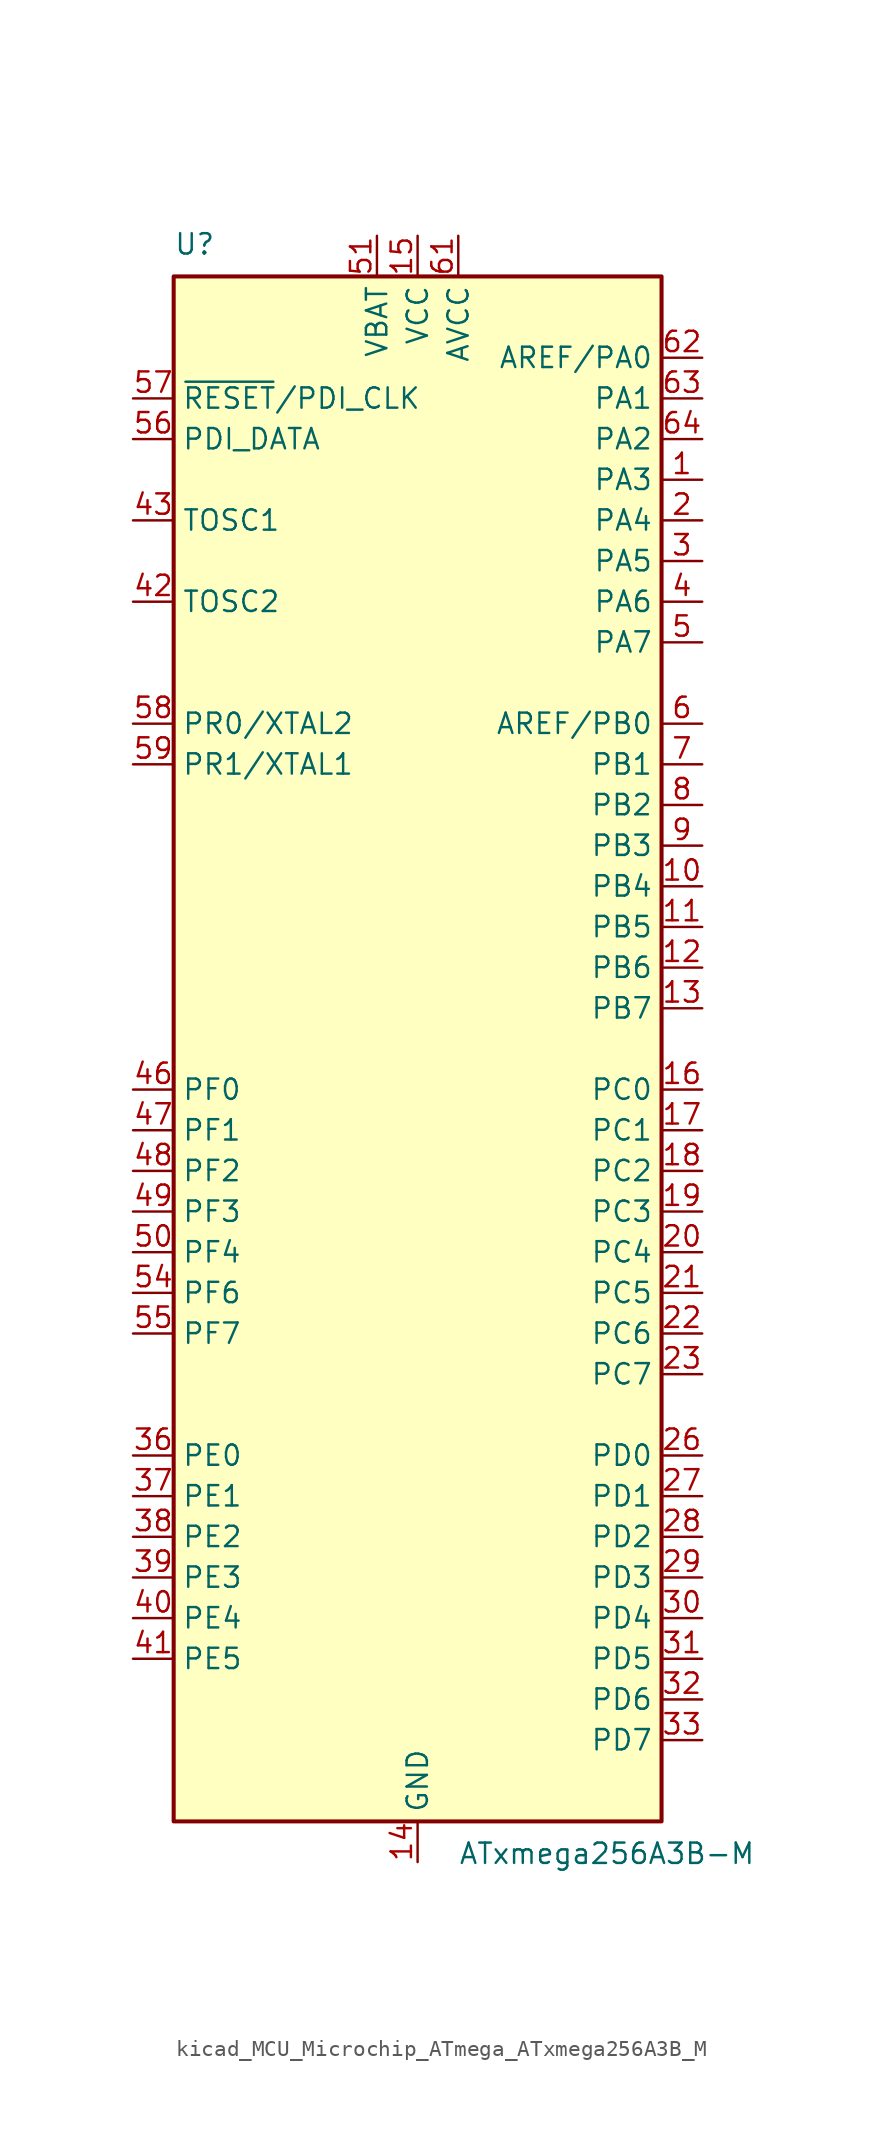
<source format=kicad_sym>
(kicad_symbol_lib
  (version 20220914)
  (generator kicad_symbol_editor)
  (symbol "kicad_MCU_Microchip_ATmega_ATxmega256A3B_M"
    (property "Reference" "U"
      (at -15.24 49.53 0)
      (effects (font (size 1.27 1.27)) (justify left bottom)))
    (property "Value" "ATxmega256A3B-M"
      (at 2.54 -49.53 0)
      (effects (font (size 1.27 1.27)) (justify left top)))
    (symbol "kicad_MCU_Microchip_ATmega_ATxmega256A3B_M_0_1"
      (rectangle (start -15.24 -48.26) (end 15.24 48.26) (stroke (width 0.254) (type default)) (fill (type background))))
    (symbol "kicad_MCU_Microchip_ATmega_ATxmega256A3B_M_1_1"
      (pin bidirectional line (at 17.78 35.56 180) (length 2.54) (name "PA3" (effects (font (size 1.27 1.27)))) (number "1" (effects (font (size 1.27 1.27)))))
      (pin bidirectional line (at 17.78 10.16 180) (length 2.54) (name "PB4" (effects (font (size 1.27 1.27)))) (number "10" (effects (font (size 1.27 1.27)))))
      (pin bidirectional line (at 17.78 7.62 180) (length 2.54) (name "PB5" (effects (font (size 1.27 1.27)))) (number "11" (effects (font (size 1.27 1.27)))))
      (pin bidirectional line (at 17.78 5.08 180) (length 2.54) (name "PB6" (effects (font (size 1.27 1.27)))) (number "12" (effects (font (size 1.27 1.27)))))
      (pin bidirectional line (at 17.78 2.54 180) (length 2.54) (name "PB7" (effects (font (size 1.27 1.27)))) (number "13" (effects (font (size 1.27 1.27)))))
      (pin power_in line (at 0 -50.8 90) (length 2.54) (name "GND" (effects (font (size 1.27 1.27)))) (number "14" (effects (font (size 1.27 1.27)))))
      (pin power_in line (at 0 50.8 270) (length 2.54) (name "VCC" (effects (font (size 1.27 1.27)))) (number "15" (effects (font (size 1.27 1.27)))))
      (pin bidirectional line (at 17.78 -2.54 180) (length 2.54) (name "PC0" (effects (font (size 1.27 1.27)))) (number "16" (effects (font (size 1.27 1.27)))))
      (pin bidirectional line (at 17.78 -5.08 180) (length 2.54) (name "PC1" (effects (font (size 1.27 1.27)))) (number "17" (effects (font (size 1.27 1.27)))))
      (pin bidirectional line (at 17.78 -7.62 180) (length 2.54) (name "PC2" (effects (font (size 1.27 1.27)))) (number "18" (effects (font (size 1.27 1.27)))))
      (pin bidirectional line (at 17.78 -10.16 180) (length 2.54) (name "PC3" (effects (font (size 1.27 1.27)))) (number "19" (effects (font (size 1.27 1.27)))))
      (pin bidirectional line (at 17.78 33.02 180) (length 2.54) (name "PA4" (effects (font (size 1.27 1.27)))) (number "2" (effects (font (size 1.27 1.27)))))
      (pin bidirectional line (at 17.78 -12.7 180) (length 2.54) (name "PC4" (effects (font (size 1.27 1.27)))) (number "20" (effects (font (size 1.27 1.27)))))
      (pin bidirectional line (at 17.78 -15.24 180) (length 2.54) (name "PC5" (effects (font (size 1.27 1.27)))) (number "21" (effects (font (size 1.27 1.27)))))
      (pin bidirectional line (at 17.78 -17.78 180) (length 2.54) (name "PC6" (effects (font (size 1.27 1.27)))) (number "22" (effects (font (size 1.27 1.27)))))
      (pin bidirectional line (at 17.78 -20.32 180) (length 2.54) (name "PC7" (effects (font (size 1.27 1.27)))) (number "23" (effects (font (size 1.27 1.27)))))
      (pin passive line (at 0 -50.8 90) (length 2.54) hide (name "GND" (effects (font (size 1.27 1.27)))) (number "24" (effects (font (size 1.27 1.27)))))
      (pin passive line (at 0 50.8 270) (length 2.54) hide (name "VCC" (effects (font (size 1.27 1.27)))) (number "25" (effects (font (size 1.27 1.27)))))
      (pin bidirectional line (at 17.78 -25.4 180) (length 2.54) (name "PD0" (effects (font (size 1.27 1.27)))) (number "26" (effects (font (size 1.27 1.27)))))
      (pin bidirectional line (at 17.78 -27.94 180) (length 2.54) (name "PD1" (effects (font (size 1.27 1.27)))) (number "27" (effects (font (size 1.27 1.27)))))
      (pin bidirectional line (at 17.78 -30.48 180) (length 2.54) (name "PD2" (effects (font (size 1.27 1.27)))) (number "28" (effects (font (size 1.27 1.27)))))
      (pin bidirectional line (at 17.78 -33.02 180) (length 2.54) (name "PD3" (effects (font (size 1.27 1.27)))) (number "29" (effects (font (size 1.27 1.27)))))
      (pin bidirectional line (at 17.78 30.48 180) (length 2.54) (name "PA5" (effects (font (size 1.27 1.27)))) (number "3" (effects (font (size 1.27 1.27)))))
      (pin bidirectional line (at 17.78 -35.56 180) (length 2.54) (name "PD4" (effects (font (size 1.27 1.27)))) (number "30" (effects (font (size 1.27 1.27)))))
      (pin bidirectional line (at 17.78 -38.1 180) (length 2.54) (name "PD5" (effects (font (size 1.27 1.27)))) (number "31" (effects (font (size 1.27 1.27)))))
      (pin bidirectional line (at 17.78 -40.64 180) (length 2.54) (name "PD6" (effects (font (size 1.27 1.27)))) (number "32" (effects (font (size 1.27 1.27)))))
      (pin bidirectional line (at 17.78 -43.18 180) (length 2.54) (name "PD7" (effects (font (size 1.27 1.27)))) (number "33" (effects (font (size 1.27 1.27)))))
      (pin passive line (at 0 -50.8 90) (length 2.54) hide (name "GND" (effects (font (size 1.27 1.27)))) (number "34" (effects (font (size 1.27 1.27)))))
      (pin passive line (at 0 50.8 270) (length 2.54) hide (name "VCC" (effects (font (size 1.27 1.27)))) (number "35" (effects (font (size 1.27 1.27)))))
      (pin bidirectional line (at -17.78 -25.4 0) (length 2.54) (name "PE0" (effects (font (size 1.27 1.27)))) (number "36" (effects (font (size 1.27 1.27)))))
      (pin bidirectional line (at -17.78 -27.94 0) (length 2.54) (name "PE1" (effects (font (size 1.27 1.27)))) (number "37" (effects (font (size 1.27 1.27)))))
      (pin bidirectional line (at -17.78 -30.48 0) (length 2.54) (name "PE2" (effects (font (size 1.27 1.27)))) (number "38" (effects (font (size 1.27 1.27)))))
      (pin bidirectional line (at -17.78 -33.02 0) (length 2.54) (name "PE3" (effects (font (size 1.27 1.27)))) (number "39" (effects (font (size 1.27 1.27)))))
      (pin bidirectional line (at 17.78 27.94 180) (length 2.54) (name "PA6" (effects (font (size 1.27 1.27)))) (number "4" (effects (font (size 1.27 1.27)))))
      (pin bidirectional line (at -17.78 -35.56 0) (length 2.54) (name "PE4" (effects (font (size 1.27 1.27)))) (number "40" (effects (font (size 1.27 1.27)))))
      (pin bidirectional line (at -17.78 -38.1 0) (length 2.54) (name "PE5" (effects (font (size 1.27 1.27)))) (number "41" (effects (font (size 1.27 1.27)))))
      (pin passive line (at -17.78 27.94 0) (length 2.54) (name "TOSC2" (effects (font (size 1.27 1.27)))) (number "42" (effects (font (size 1.27 1.27)))))
      (pin input line (at -17.78 33.02 0) (length 2.54) (name "TOSC1" (effects (font (size 1.27 1.27)))) (number "43" (effects (font (size 1.27 1.27)))))
      (pin passive line (at 0 -50.8 90) (length 2.54) hide (name "GND" (effects (font (size 1.27 1.27)))) (number "44" (effects (font (size 1.27 1.27)))))
      (pin passive line (at 0 50.8 270) (length 2.54) hide (name "VCC" (effects (font (size 1.27 1.27)))) (number "45" (effects (font (size 1.27 1.27)))))
      (pin bidirectional line (at -17.78 -2.54 0) (length 2.54) (name "PF0" (effects (font (size 1.27 1.27)))) (number "46" (effects (font (size 1.27 1.27)))))
      (pin bidirectional line (at -17.78 -5.08 0) (length 2.54) (name "PF1" (effects (font (size 1.27 1.27)))) (number "47" (effects (font (size 1.27 1.27)))))
      (pin bidirectional line (at -17.78 -7.62 0) (length 2.54) (name "PF2" (effects (font (size 1.27 1.27)))) (number "48" (effects (font (size 1.27 1.27)))))
      (pin bidirectional line (at -17.78 -10.16 0) (length 2.54) (name "PF3" (effects (font (size 1.27 1.27)))) (number "49" (effects (font (size 1.27 1.27)))))
      (pin bidirectional line (at 17.78 25.4 180) (length 2.54) (name "PA7" (effects (font (size 1.27 1.27)))) (number "5" (effects (font (size 1.27 1.27)))))
      (pin bidirectional line (at -17.78 -12.7 0) (length 2.54) (name "PF4" (effects (font (size 1.27 1.27)))) (number "50" (effects (font (size 1.27 1.27)))))
      (pin power_in line (at -2.54 50.8 270) (length 2.54) (name "VBAT" (effects (font (size 1.27 1.27)))) (number "51" (effects (font (size 1.27 1.27)))))
      (pin passive line (at 0 -50.8 90) (length 2.54) hide (name "GND" (effects (font (size 1.27 1.27)))) (number "52" (effects (font (size 1.27 1.27)))))
      (pin passive line (at 0 50.8 270) (length 2.54) hide (name "VCC" (effects (font (size 1.27 1.27)))) (number "53" (effects (font (size 1.27 1.27)))))
      (pin bidirectional line (at -17.78 -15.24 0) (length 2.54) (name "PF6" (effects (font (size 1.27 1.27)))) (number "54" (effects (font (size 1.27 1.27)))))
      (pin bidirectional line (at -17.78 -17.78 0) (length 2.54) (name "PF7" (effects (font (size 1.27 1.27)))) (number "55" (effects (font (size 1.27 1.27)))))
      (pin bidirectional line (at -17.78 38.1 0) (length 2.54) (name "PDI_DATA" (effects (font (size 1.27 1.27)))) (number "56" (effects (font (size 1.27 1.27)))))
      (pin input line (at -17.78 40.64 0) (length 2.54) (name "~{RESET}/PDI_CLK" (effects (font (size 1.27 1.27)))) (number "57" (effects (font (size 1.27 1.27)))))
      (pin bidirectional line (at -17.78 20.32 0) (length 2.54) (name "PR0/XTAL2" (effects (font (size 1.27 1.27)))) (number "58" (effects (font (size 1.27 1.27)))))
      (pin bidirectional line (at -17.78 17.78 0) (length 2.54) (name "PR1/XTAL1" (effects (font (size 1.27 1.27)))) (number "59" (effects (font (size 1.27 1.27)))))
      (pin bidirectional line (at 17.78 20.32 180) (length 2.54) (name "AREF/PB0" (effects (font (size 1.27 1.27)))) (number "6" (effects (font (size 1.27 1.27)))))
      (pin passive line (at 0 -50.8 90) (length 2.54) hide (name "GND" (effects (font (size 1.27 1.27)))) (number "60" (effects (font (size 1.27 1.27)))))
      (pin power_in line (at 2.54 50.8 270) (length 2.54) (name "AVCC" (effects (font (size 1.27 1.27)))) (number "61" (effects (font (size 1.27 1.27)))))
      (pin bidirectional line (at 17.78 43.18 180) (length 2.54) (name "AREF/PA0" (effects (font (size 1.27 1.27)))) (number "62" (effects (font (size 1.27 1.27)))))
      (pin bidirectional line (at 17.78 40.64 180) (length 2.54) (name "PA1" (effects (font (size 1.27 1.27)))) (number "63" (effects (font (size 1.27 1.27)))))
      (pin bidirectional line (at 17.78 38.1 180) (length 2.54) (name "PA2" (effects (font (size 1.27 1.27)))) (number "64" (effects (font (size 1.27 1.27)))))
      (pin passive line (at 0 -50.8 90) (length 2.54) hide (name "GND" (effects (font (size 1.27 1.27)))) (number "65" (effects (font (size 1.27 1.27)))))
      (pin bidirectional line (at 17.78 17.78 180) (length 2.54) (name "PB1" (effects (font (size 1.27 1.27)))) (number "7" (effects (font (size 1.27 1.27)))))
      (pin bidirectional line (at 17.78 15.24 180) (length 2.54) (name "PB2" (effects (font (size 1.27 1.27)))) (number "8" (effects (font (size 1.27 1.27)))))
      (pin bidirectional line (at 17.78 12.7 180) (length 2.54) (name "PB3" (effects (font (size 1.27 1.27)))) (number "9" (effects (font (size 1.27 1.27))))))))
</source>
